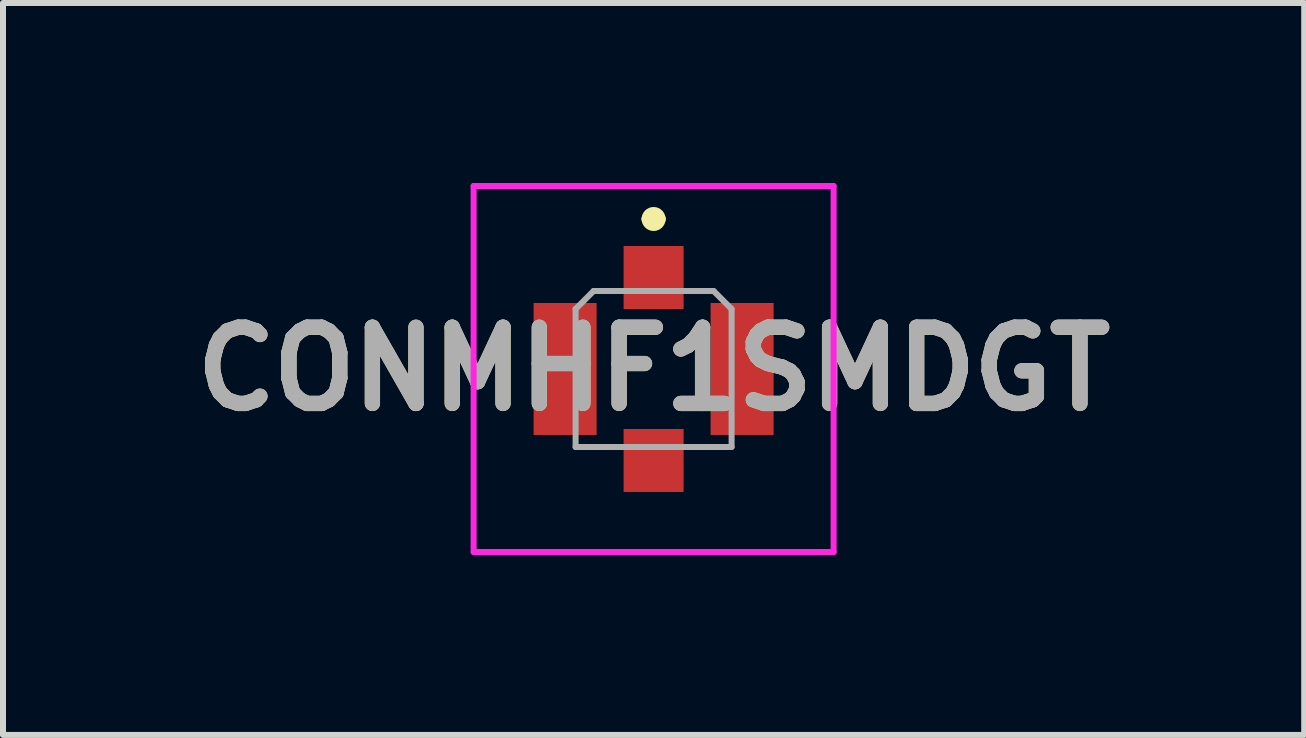
<source format=kicad_pcb>
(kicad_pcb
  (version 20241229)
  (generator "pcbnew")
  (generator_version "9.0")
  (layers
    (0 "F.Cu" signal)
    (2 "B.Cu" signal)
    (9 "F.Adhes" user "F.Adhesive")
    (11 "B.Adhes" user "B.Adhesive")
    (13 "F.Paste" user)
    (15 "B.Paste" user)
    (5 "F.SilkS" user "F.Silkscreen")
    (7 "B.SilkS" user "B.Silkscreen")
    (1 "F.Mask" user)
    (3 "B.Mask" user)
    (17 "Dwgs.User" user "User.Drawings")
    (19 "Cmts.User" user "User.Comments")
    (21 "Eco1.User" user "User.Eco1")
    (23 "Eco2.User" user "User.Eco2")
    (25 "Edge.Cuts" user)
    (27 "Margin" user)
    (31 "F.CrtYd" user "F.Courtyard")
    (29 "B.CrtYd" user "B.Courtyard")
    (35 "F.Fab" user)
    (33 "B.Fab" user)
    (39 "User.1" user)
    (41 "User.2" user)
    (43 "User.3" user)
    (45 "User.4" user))
  (footprint "CONMHF1SMDGT"
    (layer "F.Cu")
    (at 7.844 3.1)
    (property "Reference" "CONMHF1SMDGT" (at 0 0 0) (layer "F.SilkS") (effects (font (size 1.27 1.27) (thickness 0.254))))
    (attr smd)
    (fp_line (start -0.1 -2.5) (end -0.1 -2.5) (stroke (width 0.2) (type solid)) (layer "F.SilkS"))
    (fp_line (start 0.1 -2.5) (end 0.1 -2.5) (stroke (width 0.2) (type solid)) (layer "F.SilkS"))
    (fp_arc (start -0.1 -2.5) (mid 0 -2.6) (end 0.1 -2.5) (stroke (width 0.2) (type solid)) (layer "F.SilkS"))
    (fp_arc (start 0.1 -2.5) (mid 0 -2.4) (end -0.1 -2.5) (stroke (width 0.2) (type solid)) (layer "F.SilkS"))
    (fp_line (start -3 -3.05) (end 3 -3.05) (stroke (width 0.1) (type solid)) (layer "F.CrtYd"))
    (fp_line (start -3 3.05) (end -3 -3.05) (stroke (width 0.1) (type solid)) (layer "F.CrtYd"))
    (fp_line (start 3 -3.05) (end 3 3.05) (stroke (width 0.1) (type solid)) (layer "F.CrtYd"))
    (fp_line (start 3 3.05) (end -3 3.05) (stroke (width 0.1) (type solid)) (layer "F.CrtYd"))
    (fp_line (start -1.3 -1) (end -1.3 1.3) (stroke (width 0.1) (type solid)) (layer "F.Fab"))
    (fp_line (start -1.3 1.3) (end 1.3 1.3) (stroke (width 0.1) (type solid)) (layer "F.Fab"))
    (fp_line (start -1 -1.3) (end -1.3 -1) (stroke (width 0.1) (type solid)) (layer "F.Fab"))
    (fp_line (start 1 -1.3) (end -1 -1.3) (stroke (width 0.1) (type solid)) (layer "F.Fab"))
    (fp_line (start 1.3 -1) (end 1 -1.3) (stroke (width 0.1) (type solid)) (layer "F.Fab"))
    (fp_line (start 1.3 1.3) (end 1.3 -1) (stroke (width 0.1) (type solid)) (layer "F.Fab"))
    (fp_text user "${REFERENCE}" (at 0 0 0) (layer "F.Fab") (effects (font (size 1.27 1.27) (thickness 0.254))))
    (pad "1" smd rect (at 0 -1.525) (size 1 1.05) (layers "F.Cu" "F.Mask" "F.Paste"))
    (pad "2" smd rect (at -1.475 0) (size 1.05 2.2) (layers "F.Cu" "F.Mask" "F.Paste"))
    (pad "3" smd rect (at 0 1.525) (size 1 1.05) (layers "F.Cu" "F.Mask" "F.Paste"))
    (pad "4" smd rect (at 1.475 0) (size 1.05 2.2) (layers "F.Cu" "F.Mask" "F.Paste")))
  (gr_rect
    (start -3 -3)
    (end 18.688 9.2)
    (stroke (width 0.1) (type default))
    (fill no)
    (layer "Edge.Cuts")))
</source>
